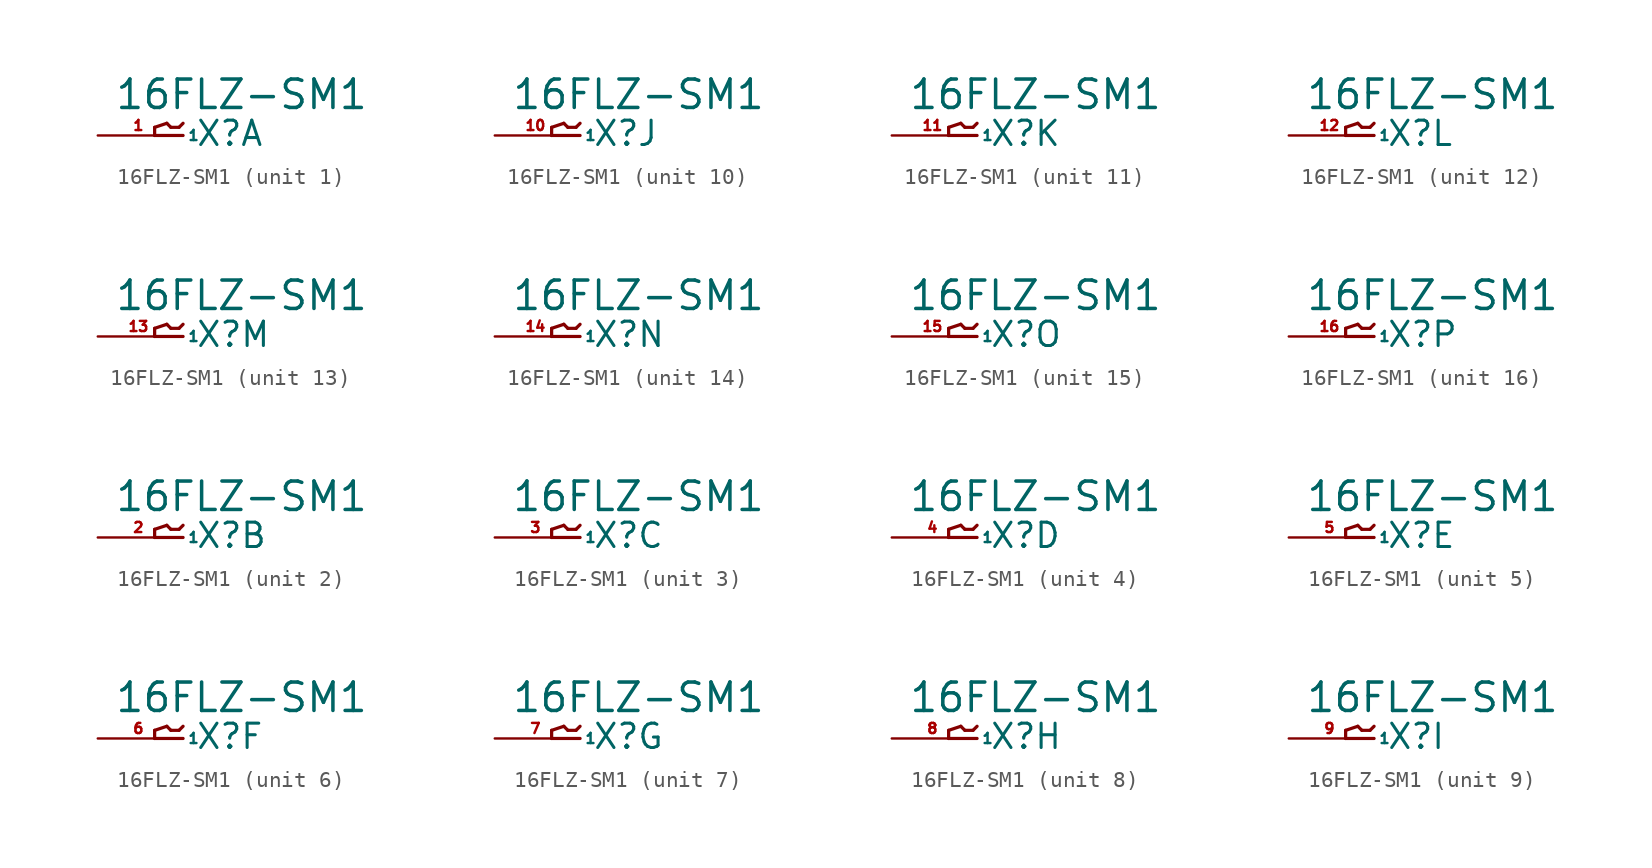
<source format=kicad_sym>
(kicad_symbol_lib
  (version 20220914)
  (generator Eagle2Kicad)
  (symbol "16FLZ-SM1"
    (property "Reference" "X"
      (at 1.016 -0.762 0)
      (effects (font (size 1.524 1.524) (thickness 0.19)) (justify left bottom)))
    (property "Value" "16FLZ-SM1"
      (at -4.064 1.524 0)
      (effects (font (size 1.778 1.778) (thickness 0.22)) (justify left bottom)))
    (symbol "16FLZ-SM1_1_0"
      (polyline (pts (xy 0.254 0) (xy -1.524 0)) (stroke (width 0.203) (type default)) (fill (type none)))
      (polyline (pts (xy -1.524 0) (xy -1.524 0.508)) (stroke (width 0.203) (type default)) (fill (type none)))
      (polyline (pts (xy -1.524 0.508) (xy -0.762 0.762)) (stroke (width 0.203) (type default)) (fill (type none)))
      (polyline (pts (xy -0.762 0.762) (xy -0.508 0.508)) (stroke (width 0.203) (type default)) (fill (type none)))
      (polyline (pts (xy -0.508 0.508) (xy 0 0.508)) (stroke (width 0.203) (type default)) (fill (type none)))
      (polyline (pts (xy 0 0.508) (xy 0.254 0.762)) (stroke (width 0.203) (type default)) (fill (type none)))
      (pin passive line (at -5.08 0 0) (length 5.08) (name "1" (effects (font (size 0.635 0.635) (thickness 0.08)) (justify left bottom))) (number "1" (effects (font (size 0.635 0.635) (thickness 0.08)) (justify left bottom)))))
    (symbol "16FLZ-SM1_2_0"
      (polyline (pts (xy 0.254 0) (xy -1.524 0)) (stroke (width 0.203) (type default)) (fill (type none)))
      (polyline (pts (xy -1.524 0) (xy -1.524 0.508)) (stroke (width 0.203) (type default)) (fill (type none)))
      (polyline (pts (xy -1.524 0.508) (xy -0.762 0.762)) (stroke (width 0.203) (type default)) (fill (type none)))
      (polyline (pts (xy -0.762 0.762) (xy -0.508 0.508)) (stroke (width 0.203) (type default)) (fill (type none)))
      (polyline (pts (xy -0.508 0.508) (xy 0 0.508)) (stroke (width 0.203) (type default)) (fill (type none)))
      (polyline (pts (xy 0 0.508) (xy 0.254 0.762)) (stroke (width 0.203) (type default)) (fill (type none)))
      (pin passive line (at -5.08 0 0) (length 5.08) (name "1" (effects (font (size 0.635 0.635) (thickness 0.08)) (justify left bottom))) (number "2" (effects (font (size 0.635 0.635) (thickness 0.08)) (justify left bottom)))))
    (symbol "16FLZ-SM1_3_0"
      (polyline (pts (xy 0.254 0) (xy -1.524 0)) (stroke (width 0.203) (type default)) (fill (type none)))
      (polyline (pts (xy -1.524 0) (xy -1.524 0.508)) (stroke (width 0.203) (type default)) (fill (type none)))
      (polyline (pts (xy -1.524 0.508) (xy -0.762 0.762)) (stroke (width 0.203) (type default)) (fill (type none)))
      (polyline (pts (xy -0.762 0.762) (xy -0.508 0.508)) (stroke (width 0.203) (type default)) (fill (type none)))
      (polyline (pts (xy -0.508 0.508) (xy 0 0.508)) (stroke (width 0.203) (type default)) (fill (type none)))
      (polyline (pts (xy 0 0.508) (xy 0.254 0.762)) (stroke (width 0.203) (type default)) (fill (type none)))
      (pin passive line (at -5.08 0 0) (length 5.08) (name "1" (effects (font (size 0.635 0.635) (thickness 0.08)) (justify left bottom))) (number "3" (effects (font (size 0.635 0.635) (thickness 0.08)) (justify left bottom)))))
    (symbol "16FLZ-SM1_4_0"
      (polyline (pts (xy 0.254 0) (xy -1.524 0)) (stroke (width 0.203) (type default)) (fill (type none)))
      (polyline (pts (xy -1.524 0) (xy -1.524 0.508)) (stroke (width 0.203) (type default)) (fill (type none)))
      (polyline (pts (xy -1.524 0.508) (xy -0.762 0.762)) (stroke (width 0.203) (type default)) (fill (type none)))
      (polyline (pts (xy -0.762 0.762) (xy -0.508 0.508)) (stroke (width 0.203) (type default)) (fill (type none)))
      (polyline (pts (xy -0.508 0.508) (xy 0 0.508)) (stroke (width 0.203) (type default)) (fill (type none)))
      (polyline (pts (xy 0 0.508) (xy 0.254 0.762)) (stroke (width 0.203) (type default)) (fill (type none)))
      (pin passive line (at -5.08 0 0) (length 5.08) (name "1" (effects (font (size 0.635 0.635) (thickness 0.08)) (justify left bottom))) (number "4" (effects (font (size 0.635 0.635) (thickness 0.08)) (justify left bottom)))))
    (symbol "16FLZ-SM1_5_0"
      (polyline (pts (xy 0.254 0) (xy -1.524 0)) (stroke (width 0.203) (type default)) (fill (type none)))
      (polyline (pts (xy -1.524 0) (xy -1.524 0.508)) (stroke (width 0.203) (type default)) (fill (type none)))
      (polyline (pts (xy -1.524 0.508) (xy -0.762 0.762)) (stroke (width 0.203) (type default)) (fill (type none)))
      (polyline (pts (xy -0.762 0.762) (xy -0.508 0.508)) (stroke (width 0.203) (type default)) (fill (type none)))
      (polyline (pts (xy -0.508 0.508) (xy 0 0.508)) (stroke (width 0.203) (type default)) (fill (type none)))
      (polyline (pts (xy 0 0.508) (xy 0.254 0.762)) (stroke (width 0.203) (type default)) (fill (type none)))
      (pin passive line (at -5.08 0 0) (length 5.08) (name "1" (effects (font (size 0.635 0.635) (thickness 0.08)) (justify left bottom))) (number "5" (effects (font (size 0.635 0.635) (thickness 0.08)) (justify left bottom)))))
    (symbol "16FLZ-SM1_6_0"
      (polyline (pts (xy 0.254 0) (xy -1.524 0)) (stroke (width 0.203) (type default)) (fill (type none)))
      (polyline (pts (xy -1.524 0) (xy -1.524 0.508)) (stroke (width 0.203) (type default)) (fill (type none)))
      (polyline (pts (xy -1.524 0.508) (xy -0.762 0.762)) (stroke (width 0.203) (type default)) (fill (type none)))
      (polyline (pts (xy -0.762 0.762) (xy -0.508 0.508)) (stroke (width 0.203) (type default)) (fill (type none)))
      (polyline (pts (xy -0.508 0.508) (xy 0 0.508)) (stroke (width 0.203) (type default)) (fill (type none)))
      (polyline (pts (xy 0 0.508) (xy 0.254 0.762)) (stroke (width 0.203) (type default)) (fill (type none)))
      (pin passive line (at -5.08 0 0) (length 5.08) (name "1" (effects (font (size 0.635 0.635) (thickness 0.08)) (justify left bottom))) (number "6" (effects (font (size 0.635 0.635) (thickness 0.08)) (justify left bottom)))))
    (symbol "16FLZ-SM1_7_0"
      (polyline (pts (xy 0.254 0) (xy -1.524 0)) (stroke (width 0.203) (type default)) (fill (type none)))
      (polyline (pts (xy -1.524 0) (xy -1.524 0.508)) (stroke (width 0.203) (type default)) (fill (type none)))
      (polyline (pts (xy -1.524 0.508) (xy -0.762 0.762)) (stroke (width 0.203) (type default)) (fill (type none)))
      (polyline (pts (xy -0.762 0.762) (xy -0.508 0.508)) (stroke (width 0.203) (type default)) (fill (type none)))
      (polyline (pts (xy -0.508 0.508) (xy 0 0.508)) (stroke (width 0.203) (type default)) (fill (type none)))
      (polyline (pts (xy 0 0.508) (xy 0.254 0.762)) (stroke (width 0.203) (type default)) (fill (type none)))
      (pin passive line (at -5.08 0 0) (length 5.08) (name "1" (effects (font (size 0.635 0.635) (thickness 0.08)) (justify left bottom))) (number "7" (effects (font (size 0.635 0.635) (thickness 0.08)) (justify left bottom)))))
    (symbol "16FLZ-SM1_8_0"
      (polyline (pts (xy 0.254 0) (xy -1.524 0)) (stroke (width 0.203) (type default)) (fill (type none)))
      (polyline (pts (xy -1.524 0) (xy -1.524 0.508)) (stroke (width 0.203) (type default)) (fill (type none)))
      (polyline (pts (xy -1.524 0.508) (xy -0.762 0.762)) (stroke (width 0.203) (type default)) (fill (type none)))
      (polyline (pts (xy -0.762 0.762) (xy -0.508 0.508)) (stroke (width 0.203) (type default)) (fill (type none)))
      (polyline (pts (xy -0.508 0.508) (xy 0 0.508)) (stroke (width 0.203) (type default)) (fill (type none)))
      (polyline (pts (xy 0 0.508) (xy 0.254 0.762)) (stroke (width 0.203) (type default)) (fill (type none)))
      (pin passive line (at -5.08 0 0) (length 5.08) (name "1" (effects (font (size 0.635 0.635) (thickness 0.08)) (justify left bottom))) (number "8" (effects (font (size 0.635 0.635) (thickness 0.08)) (justify left bottom)))))
    (symbol "16FLZ-SM1_9_0"
      (polyline (pts (xy 0.254 0) (xy -1.524 0)) (stroke (width 0.203) (type default)) (fill (type none)))
      (polyline (pts (xy -1.524 0) (xy -1.524 0.508)) (stroke (width 0.203) (type default)) (fill (type none)))
      (polyline (pts (xy -1.524 0.508) (xy -0.762 0.762)) (stroke (width 0.203) (type default)) (fill (type none)))
      (polyline (pts (xy -0.762 0.762) (xy -0.508 0.508)) (stroke (width 0.203) (type default)) (fill (type none)))
      (polyline (pts (xy -0.508 0.508) (xy 0 0.508)) (stroke (width 0.203) (type default)) (fill (type none)))
      (polyline (pts (xy 0 0.508) (xy 0.254 0.762)) (stroke (width 0.203) (type default)) (fill (type none)))
      (pin passive line (at -5.08 0 0) (length 5.08) (name "1" (effects (font (size 0.635 0.635) (thickness 0.08)) (justify left bottom))) (number "9" (effects (font (size 0.635 0.635) (thickness 0.08)) (justify left bottom)))))
    (symbol "16FLZ-SM1_10_0"
      (polyline (pts (xy 0.254 0) (xy -1.524 0)) (stroke (width 0.203) (type default)) (fill (type none)))
      (polyline (pts (xy -1.524 0) (xy -1.524 0.508)) (stroke (width 0.203) (type default)) (fill (type none)))
      (polyline (pts (xy -1.524 0.508) (xy -0.762 0.762)) (stroke (width 0.203) (type default)) (fill (type none)))
      (polyline (pts (xy -0.762 0.762) (xy -0.508 0.508)) (stroke (width 0.203) (type default)) (fill (type none)))
      (polyline (pts (xy -0.508 0.508) (xy 0 0.508)) (stroke (width 0.203) (type default)) (fill (type none)))
      (polyline (pts (xy 0 0.508) (xy 0.254 0.762)) (stroke (width 0.203) (type default)) (fill (type none)))
      (pin passive line (at -5.08 0 0) (length 5.08) (name "1" (effects (font (size 0.635 0.635) (thickness 0.08)) (justify left bottom))) (number "10" (effects (font (size 0.635 0.635) (thickness 0.08)) (justify left bottom)))))
    (symbol "16FLZ-SM1_11_0"
      (polyline (pts (xy 0.254 0) (xy -1.524 0)) (stroke (width 0.203) (type default)) (fill (type none)))
      (polyline (pts (xy -1.524 0) (xy -1.524 0.508)) (stroke (width 0.203) (type default)) (fill (type none)))
      (polyline (pts (xy -1.524 0.508) (xy -0.762 0.762)) (stroke (width 0.203) (type default)) (fill (type none)))
      (polyline (pts (xy -0.762 0.762) (xy -0.508 0.508)) (stroke (width 0.203) (type default)) (fill (type none)))
      (polyline (pts (xy -0.508 0.508) (xy 0 0.508)) (stroke (width 0.203) (type default)) (fill (type none)))
      (polyline (pts (xy 0 0.508) (xy 0.254 0.762)) (stroke (width 0.203) (type default)) (fill (type none)))
      (pin passive line (at -5.08 0 0) (length 5.08) (name "1" (effects (font (size 0.635 0.635) (thickness 0.08)) (justify left bottom))) (number "11" (effects (font (size 0.635 0.635) (thickness 0.08)) (justify left bottom)))))
    (symbol "16FLZ-SM1_12_0"
      (polyline (pts (xy 0.254 0) (xy -1.524 0)) (stroke (width 0.203) (type default)) (fill (type none)))
      (polyline (pts (xy -1.524 0) (xy -1.524 0.508)) (stroke (width 0.203) (type default)) (fill (type none)))
      (polyline (pts (xy -1.524 0.508) (xy -0.762 0.762)) (stroke (width 0.203) (type default)) (fill (type none)))
      (polyline (pts (xy -0.762 0.762) (xy -0.508 0.508)) (stroke (width 0.203) (type default)) (fill (type none)))
      (polyline (pts (xy -0.508 0.508) (xy 0 0.508)) (stroke (width 0.203) (type default)) (fill (type none)))
      (polyline (pts (xy 0 0.508) (xy 0.254 0.762)) (stroke (width 0.203) (type default)) (fill (type none)))
      (pin passive line (at -5.08 0 0) (length 5.08) (name "1" (effects (font (size 0.635 0.635) (thickness 0.08)) (justify left bottom))) (number "12" (effects (font (size 0.635 0.635) (thickness 0.08)) (justify left bottom)))))
    (symbol "16FLZ-SM1_13_0"
      (polyline (pts (xy 0.254 0) (xy -1.524 0)) (stroke (width 0.203) (type default)) (fill (type none)))
      (polyline (pts (xy -1.524 0) (xy -1.524 0.508)) (stroke (width 0.203) (type default)) (fill (type none)))
      (polyline (pts (xy -1.524 0.508) (xy -0.762 0.762)) (stroke (width 0.203) (type default)) (fill (type none)))
      (polyline (pts (xy -0.762 0.762) (xy -0.508 0.508)) (stroke (width 0.203) (type default)) (fill (type none)))
      (polyline (pts (xy -0.508 0.508) (xy 0 0.508)) (stroke (width 0.203) (type default)) (fill (type none)))
      (polyline (pts (xy 0 0.508) (xy 0.254 0.762)) (stroke (width 0.203) (type default)) (fill (type none)))
      (pin passive line (at -5.08 0 0) (length 5.08) (name "1" (effects (font (size 0.635 0.635) (thickness 0.08)) (justify left bottom))) (number "13" (effects (font (size 0.635 0.635) (thickness 0.08)) (justify left bottom)))))
    (symbol "16FLZ-SM1_14_0"
      (polyline (pts (xy 0.254 0) (xy -1.524 0)) (stroke (width 0.203) (type default)) (fill (type none)))
      (polyline (pts (xy -1.524 0) (xy -1.524 0.508)) (stroke (width 0.203) (type default)) (fill (type none)))
      (polyline (pts (xy -1.524 0.508) (xy -0.762 0.762)) (stroke (width 0.203) (type default)) (fill (type none)))
      (polyline (pts (xy -0.762 0.762) (xy -0.508 0.508)) (stroke (width 0.203) (type default)) (fill (type none)))
      (polyline (pts (xy -0.508 0.508) (xy 0 0.508)) (stroke (width 0.203) (type default)) (fill (type none)))
      (polyline (pts (xy 0 0.508) (xy 0.254 0.762)) (stroke (width 0.203) (type default)) (fill (type none)))
      (pin passive line (at -5.08 0 0) (length 5.08) (name "1" (effects (font (size 0.635 0.635) (thickness 0.08)) (justify left bottom))) (number "14" (effects (font (size 0.635 0.635) (thickness 0.08)) (justify left bottom)))))
    (symbol "16FLZ-SM1_15_0"
      (polyline (pts (xy 0.254 0) (xy -1.524 0)) (stroke (width 0.203) (type default)) (fill (type none)))
      (polyline (pts (xy -1.524 0) (xy -1.524 0.508)) (stroke (width 0.203) (type default)) (fill (type none)))
      (polyline (pts (xy -1.524 0.508) (xy -0.762 0.762)) (stroke (width 0.203) (type default)) (fill (type none)))
      (polyline (pts (xy -0.762 0.762) (xy -0.508 0.508)) (stroke (width 0.203) (type default)) (fill (type none)))
      (polyline (pts (xy -0.508 0.508) (xy 0 0.508)) (stroke (width 0.203) (type default)) (fill (type none)))
      (polyline (pts (xy 0 0.508) (xy 0.254 0.762)) (stroke (width 0.203) (type default)) (fill (type none)))
      (pin passive line (at -5.08 0 0) (length 5.08) (name "1" (effects (font (size 0.635 0.635) (thickness 0.08)) (justify left bottom))) (number "15" (effects (font (size 0.635 0.635) (thickness 0.08)) (justify left bottom)))))
    (symbol "16FLZ-SM1_16_0"
      (polyline (pts (xy 0.254 0) (xy -1.524 0)) (stroke (width 0.203) (type default)) (fill (type none)))
      (polyline (pts (xy -1.524 0) (xy -1.524 0.508)) (stroke (width 0.203) (type default)) (fill (type none)))
      (polyline (pts (xy -1.524 0.508) (xy -0.762 0.762)) (stroke (width 0.203) (type default)) (fill (type none)))
      (polyline (pts (xy -0.762 0.762) (xy -0.508 0.508)) (stroke (width 0.203) (type default)) (fill (type none)))
      (polyline (pts (xy -0.508 0.508) (xy 0 0.508)) (stroke (width 0.203) (type default)) (fill (type none)))
      (polyline (pts (xy 0 0.508) (xy 0.254 0.762)) (stroke (width 0.203) (type default)) (fill (type none)))
      (pin passive line (at -5.08 0 0) (length 5.08) (name "1" (effects (font (size 0.635 0.635) (thickness 0.08)) (justify left bottom))) (number "16" (effects (font (size 0.635 0.635) (thickness 0.08)) (justify left bottom)))))))
</source>
